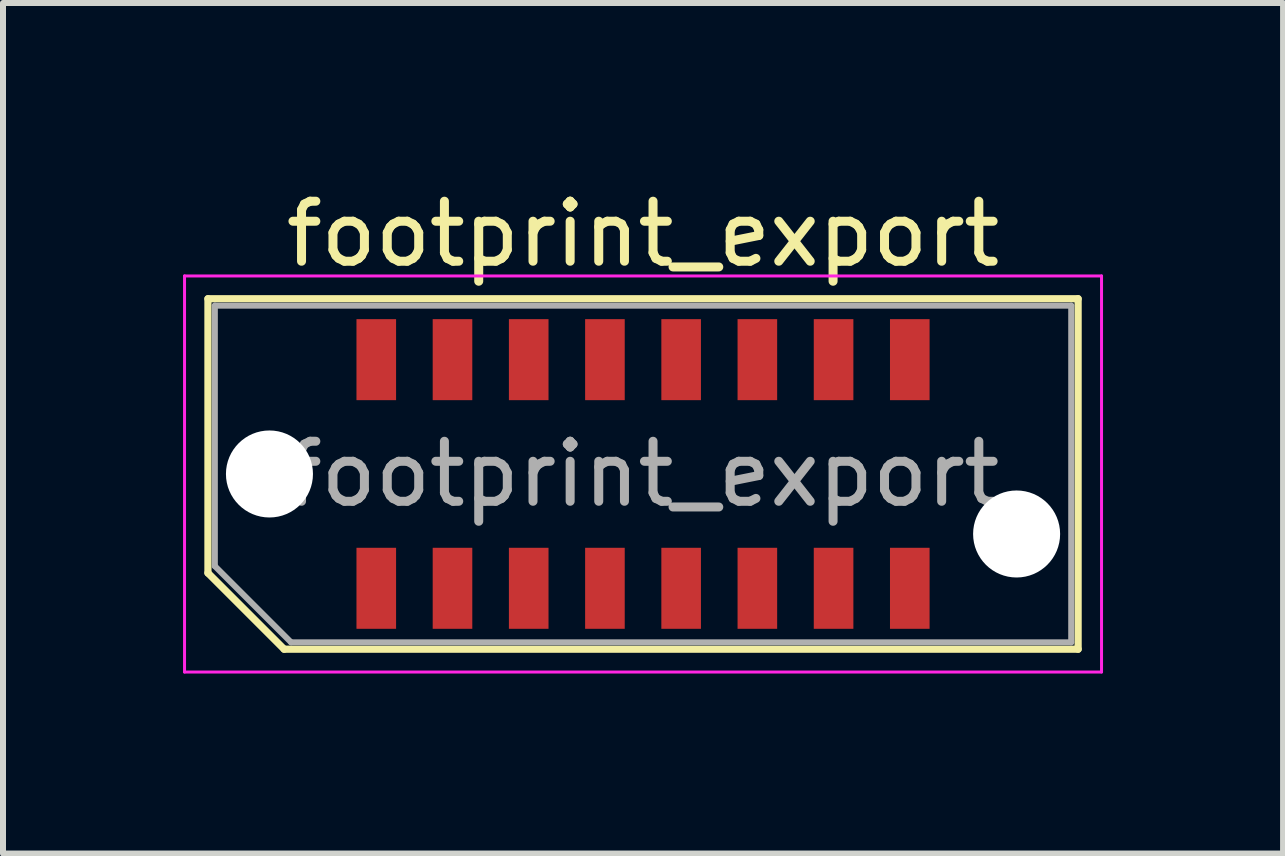
<source format=kicad_pcb>
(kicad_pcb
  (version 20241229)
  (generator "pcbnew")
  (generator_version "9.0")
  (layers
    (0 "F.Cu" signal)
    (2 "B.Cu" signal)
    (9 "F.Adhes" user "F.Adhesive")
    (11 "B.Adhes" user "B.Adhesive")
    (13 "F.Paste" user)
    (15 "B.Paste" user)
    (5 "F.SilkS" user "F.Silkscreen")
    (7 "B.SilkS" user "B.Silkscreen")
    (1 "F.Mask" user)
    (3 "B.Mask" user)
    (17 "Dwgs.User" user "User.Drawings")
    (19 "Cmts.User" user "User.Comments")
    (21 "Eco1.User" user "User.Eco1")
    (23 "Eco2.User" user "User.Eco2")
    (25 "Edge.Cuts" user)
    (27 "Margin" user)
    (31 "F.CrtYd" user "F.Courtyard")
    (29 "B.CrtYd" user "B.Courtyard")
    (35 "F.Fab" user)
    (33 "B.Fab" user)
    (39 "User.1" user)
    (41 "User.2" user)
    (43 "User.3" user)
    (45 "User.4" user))
  (footprint "footprint_export"
    (layer "F.Cu")
    (at 7.665 4.848)
    (property "Reference" "footprint_export" (at 0 -4 0) (layer "F.SilkS") (effects (font (size 1 1) (thickness 0.15))))
    (attr smd)
    (fp_line (start -7.25 -2.92) (end 7.25 -2.92) (stroke (width 0.12) (type solid)) (layer "F.SilkS"))
    (fp_line (start -7.25 1.65) (end -7.25 -2.92) (stroke (width 0.12) (type solid)) (layer "F.SilkS"))
    (fp_line (start -5.98 2.92) (end -7.25 1.65) (stroke (width 0.12) (type solid)) (layer "F.SilkS"))
    (fp_line (start -5.98 2.92) (end 7.25 2.92) (stroke (width 0.12) (type solid)) (layer "F.SilkS"))
    (fp_line (start 7.25 2.92) (end 7.25 -2.92) (stroke (width 0.12) (type solid)) (layer "F.SilkS"))
    (fp_line (start -7.64 -3.3) (end -7.64 3.3) (stroke (width 0.05) (type solid)) (layer "F.CrtYd"))
    (fp_line (start -7.64 3.3) (end 7.64 3.3) (stroke (width 0.05) (type solid)) (layer "F.CrtYd"))
    (fp_line (start 7.64 -3.3) (end -7.64 -3.3) (stroke (width 0.05) (type solid)) (layer "F.CrtYd"))
    (fp_line (start 7.64 3.3) (end 7.64 -3.3) (stroke (width 0.05) (type solid)) (layer "F.CrtYd"))
    (fp_line (start -7.135 -2.805) (end 7.135 -2.805) (stroke (width 0.1) (type solid)) (layer "F.Fab"))
    (fp_line (start -7.135 1.535) (end -7.135 -2.805) (stroke (width 0.1) (type solid)) (layer "F.Fab"))
    (fp_line (start -7.135 1.535) (end -5.865 2.805) (stroke (width 0.1) (type solid)) (layer "F.Fab"))
    (fp_line (start -5.865 2.805) (end 7.135 2.805) (stroke (width 0.1) (type solid)) (layer "F.Fab"))
    (fp_line (start 7.135 2.805) (end 7.135 -2.805) (stroke (width 0.1) (type solid)) (layer "F.Fab"))
    (fp_text user "${REFERENCE}" (at 0 0 0) (layer "F.Fab") (effects (font (size 1 1) (thickness 0.15))))
    (pad "" np_thru_hole circle (at -6.225 0) (size 1.45 1.45) (drill 1.45) (layers "*.Cu" "*.Mask"))
    (pad "" np_thru_hole circle (at 6.225 1) (size 1.45 1.45) (drill 1.45) (layers "*.Cu" "*.Mask"))
    (pad "1" smd rect (at -4.445 1.905) (size 0.66 1.35) (layers "F.Cu" "F.Mask" "F.Paste"))
    (pad "2" smd rect (at -4.445 -1.905) (size 0.66 1.35) (layers "F.Cu" "F.Mask" "F.Paste"))
    (pad "3" smd rect (at -3.175 1.905) (size 0.66 1.35) (layers "F.Cu" "F.Mask" "F.Paste"))
    (pad "4" smd rect (at -3.175 -1.905) (size 0.66 1.35) (layers "F.Cu" "F.Mask" "F.Paste"))
    (pad "5" smd rect (at -1.905 1.905) (size 0.66 1.35) (layers "F.Cu" "F.Mask" "F.Paste"))
    (pad "6" smd rect (at -1.905 -1.905) (size 0.66 1.35) (layers "F.Cu" "F.Mask" "F.Paste"))
    (pad "7" smd rect (at -0.635 1.905) (size 0.66 1.35) (layers "F.Cu" "F.Mask" "F.Paste"))
    (pad "8" smd rect (at -0.635 -1.905) (size 0.66 1.35) (layers "F.Cu" "F.Mask" "F.Paste"))
    (pad "9" smd rect (at 0.635 1.905) (size 0.66 1.35) (layers "F.Cu" "F.Mask" "F.Paste"))
    (pad "10" smd rect (at 0.635 -1.905) (size 0.66 1.35) (layers "F.Cu" "F.Mask" "F.Paste"))
    (pad "11" smd rect (at 1.905 1.905) (size 0.66 1.35) (layers "F.Cu" "F.Mask" "F.Paste"))
    (pad "12" smd rect (at 1.905 -1.905) (size 0.66 1.35) (layers "F.Cu" "F.Mask" "F.Paste"))
    (pad "13" smd rect (at 3.175 1.905) (size 0.66 1.35) (layers "F.Cu" "F.Mask" "F.Paste"))
    (pad "14" smd rect (at 3.175 -1.905) (size 0.66 1.35) (layers "F.Cu" "F.Mask" "F.Paste"))
    (pad "15" smd rect (at 4.445 1.905) (size 0.66 1.35) (layers "F.Cu" "F.Mask" "F.Paste"))
    (pad "16" smd rect (at 4.445 -1.905) (size 0.66 1.35) (layers "F.Cu" "F.Mask" "F.Paste")))
  (gr_rect
    (start -3 -3)
    (end 18.33 11.173)
    (stroke (width 0.1) (type default))
    (fill no)
    (layer "Edge.Cuts")))
</source>
